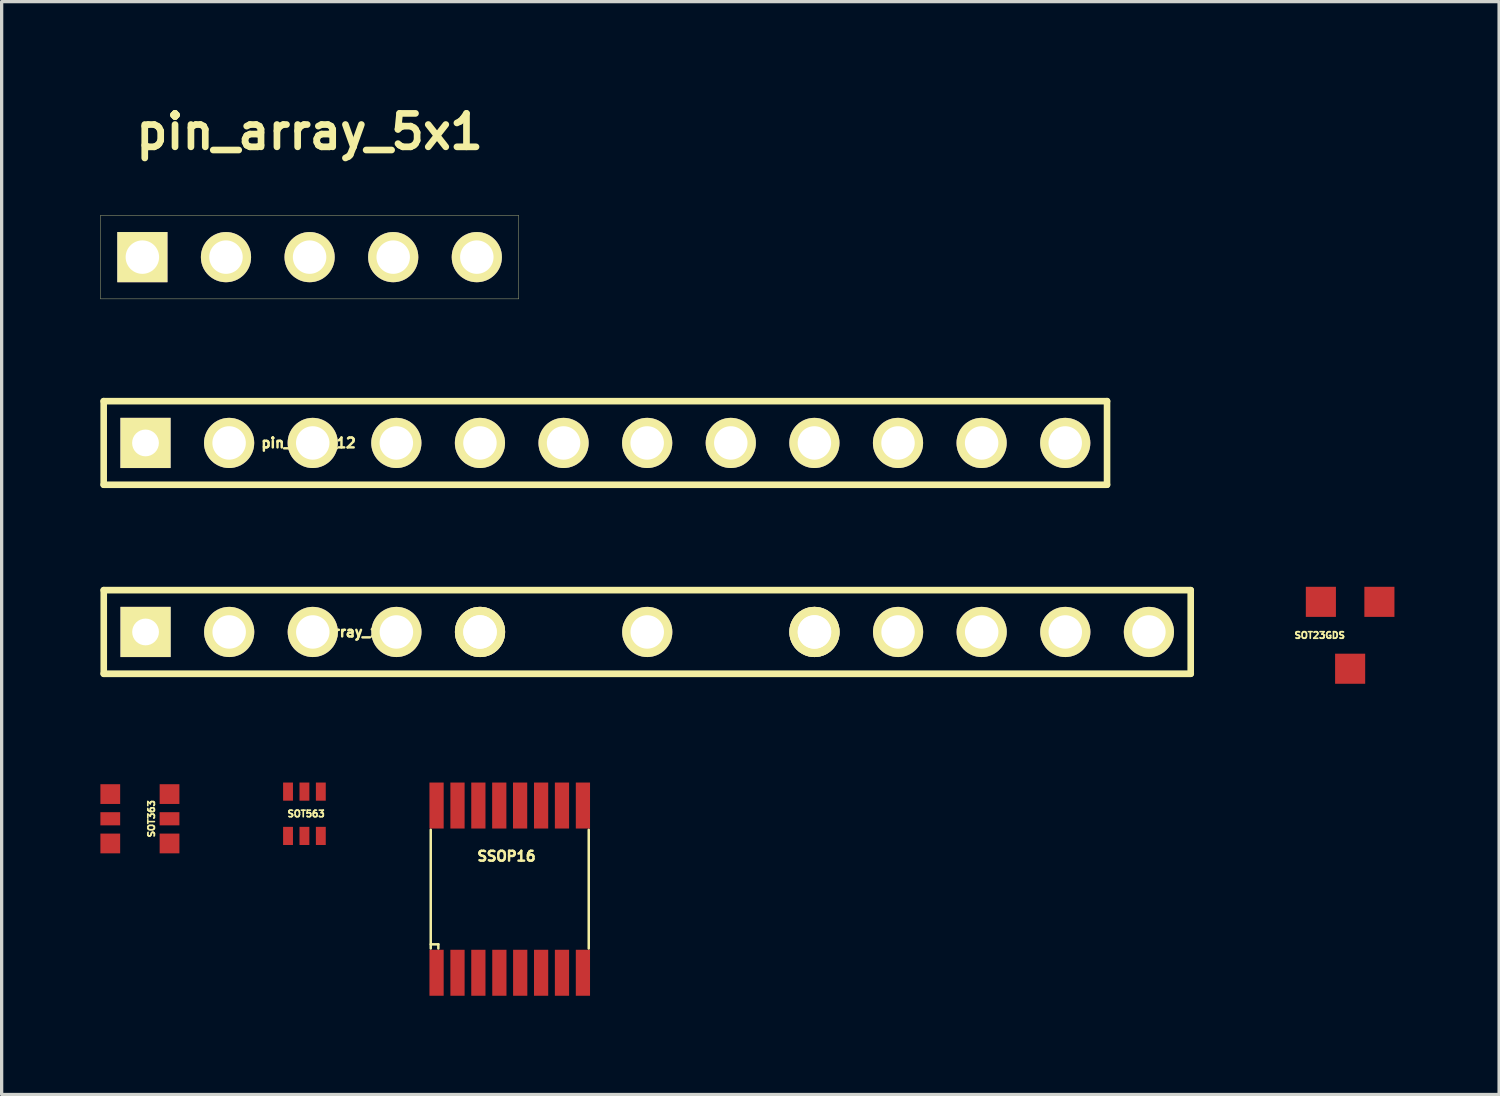
<source format=kicad_pcb>
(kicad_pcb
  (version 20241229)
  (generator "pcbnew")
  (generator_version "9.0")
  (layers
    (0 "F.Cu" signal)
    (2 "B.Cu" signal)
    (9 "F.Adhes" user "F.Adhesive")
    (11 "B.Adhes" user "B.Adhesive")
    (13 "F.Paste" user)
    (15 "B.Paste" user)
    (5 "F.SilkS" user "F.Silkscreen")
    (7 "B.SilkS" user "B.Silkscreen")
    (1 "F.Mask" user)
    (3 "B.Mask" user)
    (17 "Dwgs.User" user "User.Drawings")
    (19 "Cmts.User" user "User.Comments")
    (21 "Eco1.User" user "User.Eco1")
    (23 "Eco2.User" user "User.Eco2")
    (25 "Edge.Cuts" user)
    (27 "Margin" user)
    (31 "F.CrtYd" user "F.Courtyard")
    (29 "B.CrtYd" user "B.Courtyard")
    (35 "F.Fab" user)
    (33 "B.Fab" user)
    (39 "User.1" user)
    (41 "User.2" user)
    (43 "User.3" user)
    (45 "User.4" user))
  (footprint "pin_array_12"
    (layer "F.Cu")
    (at 15.34 10.406)
    (property "Reference" "pin_array_12" (at -9.017 0 0) (layer "F.SilkS") (effects (font (size 0.3 0.3) (thickness 0.075))))
    (attr through_hole)
    (fp_line (start -15.24 -1.27) (end 15.24 -1.27) (stroke (width 0.2) (type solid)) (layer "F.SilkS"))
    (fp_line (start -15.24 1.27) (end -15.24 -1.27) (stroke (width 0.2) (type solid)) (layer "F.SilkS"))
    (fp_line (start 15.24 1.27) (end -15.24 1.27) (stroke (width 0.2) (type solid)) (layer "F.SilkS"))
    (fp_line (start 15.24 1.27) (end 15.24 -1.27) (stroke (width 0.2) (type solid)) (layer "F.SilkS"))
    (pad "1" thru_hole rect (at -13.97 0) (size 1.524 1.524) (drill 0.813) (layers "*.Cu" "*.Mask" "F.SilkS"))
    (pad "2" thru_hole circle (at -11.43 0) (size 1.524 1.524) (drill 1.016) (layers "*.Cu" "*.Mask" "F.SilkS"))
    (pad "3" thru_hole circle (at -8.89 0) (size 1.524 1.524) (drill 1.016) (layers "*.Cu" "*.Mask" "F.SilkS"))
    (pad "4" thru_hole circle (at -6.35 0) (size 1.524 1.524) (drill 1.016) (layers "*.Cu" "*.Mask" "F.SilkS"))
    (pad "5" thru_hole circle (at -3.81 0) (size 1.524 1.524) (drill 1.016) (layers "*.Cu" "*.Mask" "F.SilkS"))
    (pad "6" thru_hole circle (at -1.27 0) (size 1.524 1.524) (drill 1.016) (layers "*.Cu" "*.Mask" "F.SilkS"))
    (pad "7" thru_hole circle (at 1.27 0) (size 1.524 1.524) (drill 1.016) (layers "*.Cu" "*.Mask" "F.SilkS"))
    (pad "8" thru_hole circle (at 3.81 0) (size 1.524 1.524) (drill 1.016) (layers "*.Cu" "*.Mask" "F.SilkS"))
    (pad "9" thru_hole circle (at 6.35 0) (size 1.524 1.524) (drill 1.016) (layers "*.Cu" "*.Mask" "F.SilkS"))
    (pad "10" thru_hole circle (at 8.89 0) (size 1.524 1.524) (drill 1.016) (layers "*.Cu" "*.Mask" "F.SilkS"))
    (pad "11" thru_hole circle (at 11.43 0) (size 1.524 1.524) (drill 1.016) (layers "*.Cu" "*.Mask" "F.SilkS"))
    (pad "12" thru_hole circle (at 13.97 0) (size 1.524 1.524) (drill 1.016) (layers "*.Cu" "*.Mask" "F.SilkS")))
  (footprint "pin_array_13x2"
    (layer "F.Cu")
    (at 16.612 16.148)
    (property "Reference" "pin_array_13x2" (at -9.017 0 0) (layer "F.SilkS") (effects (font (size 0.3 0.3) (thickness 0.075))))
    (attr through_hole)
    (fp_line (start -16.51 1.27) (end -16.51 -1.27) (stroke (width 0.2) (type solid)) (layer "F.SilkS"))
    (fp_line (start -16.51 1.27) (end 16.51 1.27) (stroke (width 0.203) (type solid)) (layer "F.SilkS"))
    (fp_line (start 16.51 -1.27) (end -16.51 -1.27) (stroke (width 0.203) (type solid)) (layer "F.SilkS"))
    (fp_line (start 16.51 1.27) (end 16.51 -1.27) (stroke (width 0.2) (type solid)) (layer "F.SilkS"))
    (pad "1" thru_hole rect (at -15.24 0) (size 1.524 1.524) (drill 0.813) (layers "*.Cu" "*.Mask" "F.SilkS"))
    (pad "2" thru_hole circle (at -12.7 0) (size 1.524 1.524) (drill 1.016) (layers "*.Cu" "*.Mask" "F.SilkS"))
    (pad "3" thru_hole circle (at -10.16 0) (size 1.524 1.524) (drill 1.016) (layers "*.Cu" "*.Mask" "F.SilkS"))
    (pad "4" thru_hole circle (at -7.62 0) (size 1.524 1.524) (drill 1.016) (layers "*.Cu" "*.Mask" "F.SilkS"))
    (pad "5" thru_hole circle (at -5.08 0) (size 1.524 1.524) (drill 1.016) (layers "*.Cu" "*.Mask" "F.SilkS"))
    (pad "6" thru_hole circle (at -5.08 0) (size 1.524 1.524) (drill 1.016) (layers "*.Cu" "*.Mask" "F.SilkS"))
    (pad "7" thru_hole circle (at 0 0) (size 1.524 1.524) (drill 1.016) (layers "*.Cu" "*.Mask" "F.SilkS"))
    (pad "8" thru_hole circle (at 5.08 0) (size 1.524 1.524) (drill 1.016) (layers "*.Cu" "*.Mask" "F.SilkS"))
    (pad "9" thru_hole circle (at 5.08 0) (size 1.524 1.524) (drill 1.016) (layers "*.Cu" "*.Mask" "F.SilkS"))
    (pad "10" thru_hole circle (at 7.62 0) (size 1.524 1.524) (drill 1.016) (layers "*.Cu" "*.Mask" "F.SilkS"))
    (pad "11" thru_hole circle (at 10.16 0) (size 1.524 1.524) (drill 1.016) (layers "*.Cu" "*.Mask" "F.SilkS"))
    (pad "12" thru_hole circle (at 12.7 0) (size 1.524 1.524) (drill 1.016) (layers "*.Cu" "*.Mask" "F.SilkS"))
    (pad "25" thru_hole circle (at 15.24 0) (size 1.524 1.524) (drill 1.016) (layers "*.Cu" "*.Mask" "F.SilkS")))
  (footprint "pin_array_5x1"
    (layer "F.Cu")
    (at 6.355 4.761)
    (property "Reference" "pin_array_5x1" (at 0 -3.81 0) (layer "F.SilkS") (effects (font (size 1.016 1.016) (thickness 0.203))))
    (attr through_hole)
    (fp_line (start -6.35 -1.27) (end -6.35 1.27) (stroke (width 0.01) (type solid)) (layer "F.SilkS"))
    (fp_line (start -6.35 1.27) (end 6.35 1.27) (stroke (width 0.01) (type solid)) (layer "F.SilkS"))
    (fp_line (start 6.35 -1.27) (end -6.35 -1.27) (stroke (width 0.01) (type solid)) (layer "F.SilkS"))
    (fp_line (start 6.35 1.27) (end 6.35 -1.27) (stroke (width 0.01) (type solid)) (layer "F.SilkS"))
    (pad "1" thru_hole rect (at -5.08 0) (size 1.524 1.524) (drill 1.016) (layers "*.Cu" "*.Mask" "F.SilkS"))
    (pad "2" thru_hole circle (at -2.54 0) (size 1.524 1.524) (drill 1.016) (layers "*.Cu" "*.Mask" "F.SilkS"))
    (pad "3" thru_hole circle (at 0 0) (size 1.524 1.524) (drill 1.016) (layers "*.Cu" "*.Mask" "F.SilkS"))
    (pad "4" thru_hole circle (at 2.54 0) (size 1.524 1.524) (drill 1.016) (layers "*.Cu" "*.Mask" "F.SilkS"))
    (pad "5" thru_hole circle (at 5.08 0) (size 1.524 1.524) (drill 1.016) (layers "*.Cu" "*.Mask" "F.SilkS")))
  (footprint "SSOP16"
    (layer "F.Cu")
    (at 12.435 23.961)
    (property "Reference" "SSOP16" (at -0.099 -1.001 0) (layer "F.SilkS") (effects (font (size 0.3 0.3) (thickness 0.076))))
    (attr through_hole)
    (fp_line (start -2.4 -1.803) (end -2.4 1.803) (stroke (width 0.076) (type solid)) (layer "F.SilkS"))
    (fp_line (start -2.4 1.676) (end -2.169 1.676) (stroke (width 0.076) (type solid)) (layer "F.SilkS"))
    (fp_line (start -2.169 1.676) (end -2.169 1.803) (stroke (width 0.076) (type solid)) (layer "F.SilkS"))
    (fp_line (start 2.4 -1.803) (end 2.4 1.803) (stroke (width 0.076) (type solid)) (layer "F.SilkS"))
    (pad "1" smd rect (at -2.223 2.54 180) (size 0.432 1.397) (layers "F.Cu" "F.Mask" "F.Paste"))
    (pad "2" smd rect (at -1.587 2.54 180) (size 0.432 1.397) (layers "F.Cu" "F.Mask" "F.Paste"))
    (pad "3" smd rect (at -0.953 2.54 180) (size 0.432 1.397) (layers "F.Cu" "F.Mask" "F.Paste"))
    (pad "4" smd rect (at -0.315 2.54 180) (size 0.432 1.397) (layers "F.Cu" "F.Mask" "F.Paste"))
    (pad "5" smd rect (at 0.318 2.54 180) (size 0.432 1.397) (layers "F.Cu" "F.Mask" "F.Paste"))
    (pad "6" smd rect (at 0.953 2.54 180) (size 0.432 1.397) (layers "F.Cu" "F.Mask" "F.Paste"))
    (pad "7" smd rect (at 1.587 2.54 180) (size 0.432 1.397) (layers "F.Cu" "F.Mask" "F.Paste"))
    (pad "8" smd rect (at 2.223 2.54 180) (size 0.432 1.397) (layers "F.Cu" "F.Mask" "F.Paste"))
    (pad "9" smd rect (at 2.223 -2.54) (size 0.432 1.397) (layers "F.Cu" "F.Mask" "F.Paste"))
    (pad "10" smd rect (at 1.587 -2.54) (size 0.432 1.397) (layers "F.Cu" "F.Mask" "F.Paste"))
    (pad "11" smd rect (at 0.953 -2.54) (size 0.432 1.397) (layers "F.Cu" "F.Mask" "F.Paste"))
    (pad "12" smd rect (at 0.315 -2.54) (size 0.432 1.397) (layers "F.Cu" "F.Mask" "F.Paste"))
    (pad "13" smd rect (at -0.318 -2.54) (size 0.432 1.397) (layers "F.Cu" "F.Mask" "F.Paste"))
    (pad "14" smd rect (at -0.953 -2.54) (size 0.432 1.397) (layers "F.Cu" "F.Mask" "F.Paste"))
    (pad "15" smd rect (at -1.587 -2.54) (size 0.432 1.397) (layers "F.Cu" "F.Mask" "F.Paste"))
    (pad "16" smd rect (at -2.223 -2.54) (size 0.432 1.397) (layers "F.Cu" "F.Mask" "F.Paste")))
  (footprint "SOT23GDS"
    (layer "F.Cu")
    (at 37.965 16.249)
    (property "Reference" "SOT23GDS" (at -0.925 0 0) (layer "F.SilkS") (effects (font (size 0.2 0.2) (thickness 0.05))))
    (attr smd)
    (fp_line (start -1.524 -0.381) (end 1.524 -0.381) (stroke (width 0.001) (type solid)) (layer "F.SilkS"))
    (fp_line (start -1.524 0.381) (end -1.524 -0.381) (stroke (width 0.001) (type solid)) (layer "F.SilkS"))
    (fp_line (start 1.524 -0.381) (end 1.524 0.381) (stroke (width 0.001) (type solid)) (layer "F.SilkS"))
    (fp_line (start 1.524 0.381) (end -1.524 0.381) (stroke (width 0.001) (type solid)) (layer "F.SilkS"))
    (pad "D" smd rect (at 0 1.016) (size 0.914 0.914) (layers "F.Cu" "F.Mask" "F.Paste"))
    (pad "G" smd rect (at 0.889 -1.016) (size 0.914 0.914) (layers "F.Cu" "F.Mask" "F.Paste"))
    (pad "S" smd rect (at -0.889 -1.016) (size 0.914 0.914) (layers "F.Cu" "F.Mask" "F.Paste")))
  (footprint "SOT563"
    (layer "F.Cu")
    (at 6.198 21.671)
    (property "Reference" "SOT563" (at 0.05 0 0) (layer "F.SilkS") (effects (font (size 0.2 0.2) (thickness 0.05))))
    (attr smd)
    (fp_line (start -0.798 -0.599) (end -0.798 0.599) (stroke (width 0.001) (type solid)) (layer "F.SilkS"))
    (fp_line (start 0.798 -0.599) (end 0.798 0.599) (stroke (width 0.001) (type solid)) (layer "F.SilkS"))
    (fp_circle (center -0.51 0.23) (end -0.44 0.3) (stroke (width 0.001) (type solid)) (fill no) (layer "F.SilkS"))
    (pad "1" smd rect (at -0.498 0.673 180) (size 0.3 0.551) (layers "F.Cu" "F.Mask" "F.Paste"))
    (pad "2" smd rect (at 0 0.673 180) (size 0.3 0.551) (layers "F.Cu" "F.Mask" "F.Paste"))
    (pad "3" smd rect (at 0.498 0.673 180) (size 0.3 0.551) (layers "F.Cu" "F.Mask" "F.Paste"))
    (pad "4" smd rect (at 0.498 -0.673) (size 0.3 0.551) (layers "F.Cu" "F.Mask" "F.Paste"))
    (pad "5" smd rect (at 0 -0.673) (size 0.3 0.551) (layers "F.Cu" "F.Mask" "F.Paste"))
    (pad "6" smd rect (at -0.498 -0.673) (size 0.3 0.551) (layers "F.Cu" "F.Mask" "F.Paste")))
  (footprint "SOT363"
    (layer "F.Cu")
    (at 1.2 21.823)
    (property "Reference" "SOT363" (at 0.35 0 270) (layer "F.SilkS") (effects (font (size 0.2 0.2) (thickness 0.05))))
    (attr smd)
    (fp_line (start -0.65 -1.1) (end 0.65 -1.1) (stroke (width 0.001) (type solid)) (layer "F.SilkS"))
    (fp_line (start -0.65 1.1) (end -0.65 -1.1) (stroke (width 0.001) (type solid)) (layer "F.SilkS"))
    (fp_line (start 0.65 -1.1) (end 0.65 1.1) (stroke (width 0.001) (type solid)) (layer "F.SilkS"))
    (fp_line (start 0.65 1.1) (end -0.65 1.1) (stroke (width 0.001) (type solid)) (layer "F.SilkS"))
    (fp_circle (center -0.25 -0.7) (end -0.2 -0.65) (stroke (width 0.001) (type solid)) (fill no) (layer "F.SilkS"))
    (pad "1" smd rect (at -0.9 -0.75) (size 0.6 0.6) (layers "F.Cu" "F.Mask" "F.Paste"))
    (pad "2" smd rect (at -0.9 0) (size 0.6 0.4) (layers "F.Cu" "F.Mask" "F.Paste"))
    (pad "3" smd rect (at -0.9 0.75) (size 0.6 0.6) (layers "F.Cu" "F.Mask" "F.Paste"))
    (pad "4" smd rect (at 0.9 0.75) (size 0.6 0.6) (layers "F.Cu" "F.Mask" "F.Paste"))
    (pad "5" smd rect (at 0.9 0) (size 0.6 0.4) (layers "F.Cu" "F.Mask" "F.Paste"))
    (pad "6" smd rect (at 0.9 -0.75) (size 0.6 0.6) (layers "F.Cu" "F.Mask" "F.Paste")))
  (gr_rect
    (start -3 -3)
    (end 42.49 30.199)
    (stroke (width 0.1) (type default))
    (fill no)
    (layer "Edge.Cuts")))
</source>
